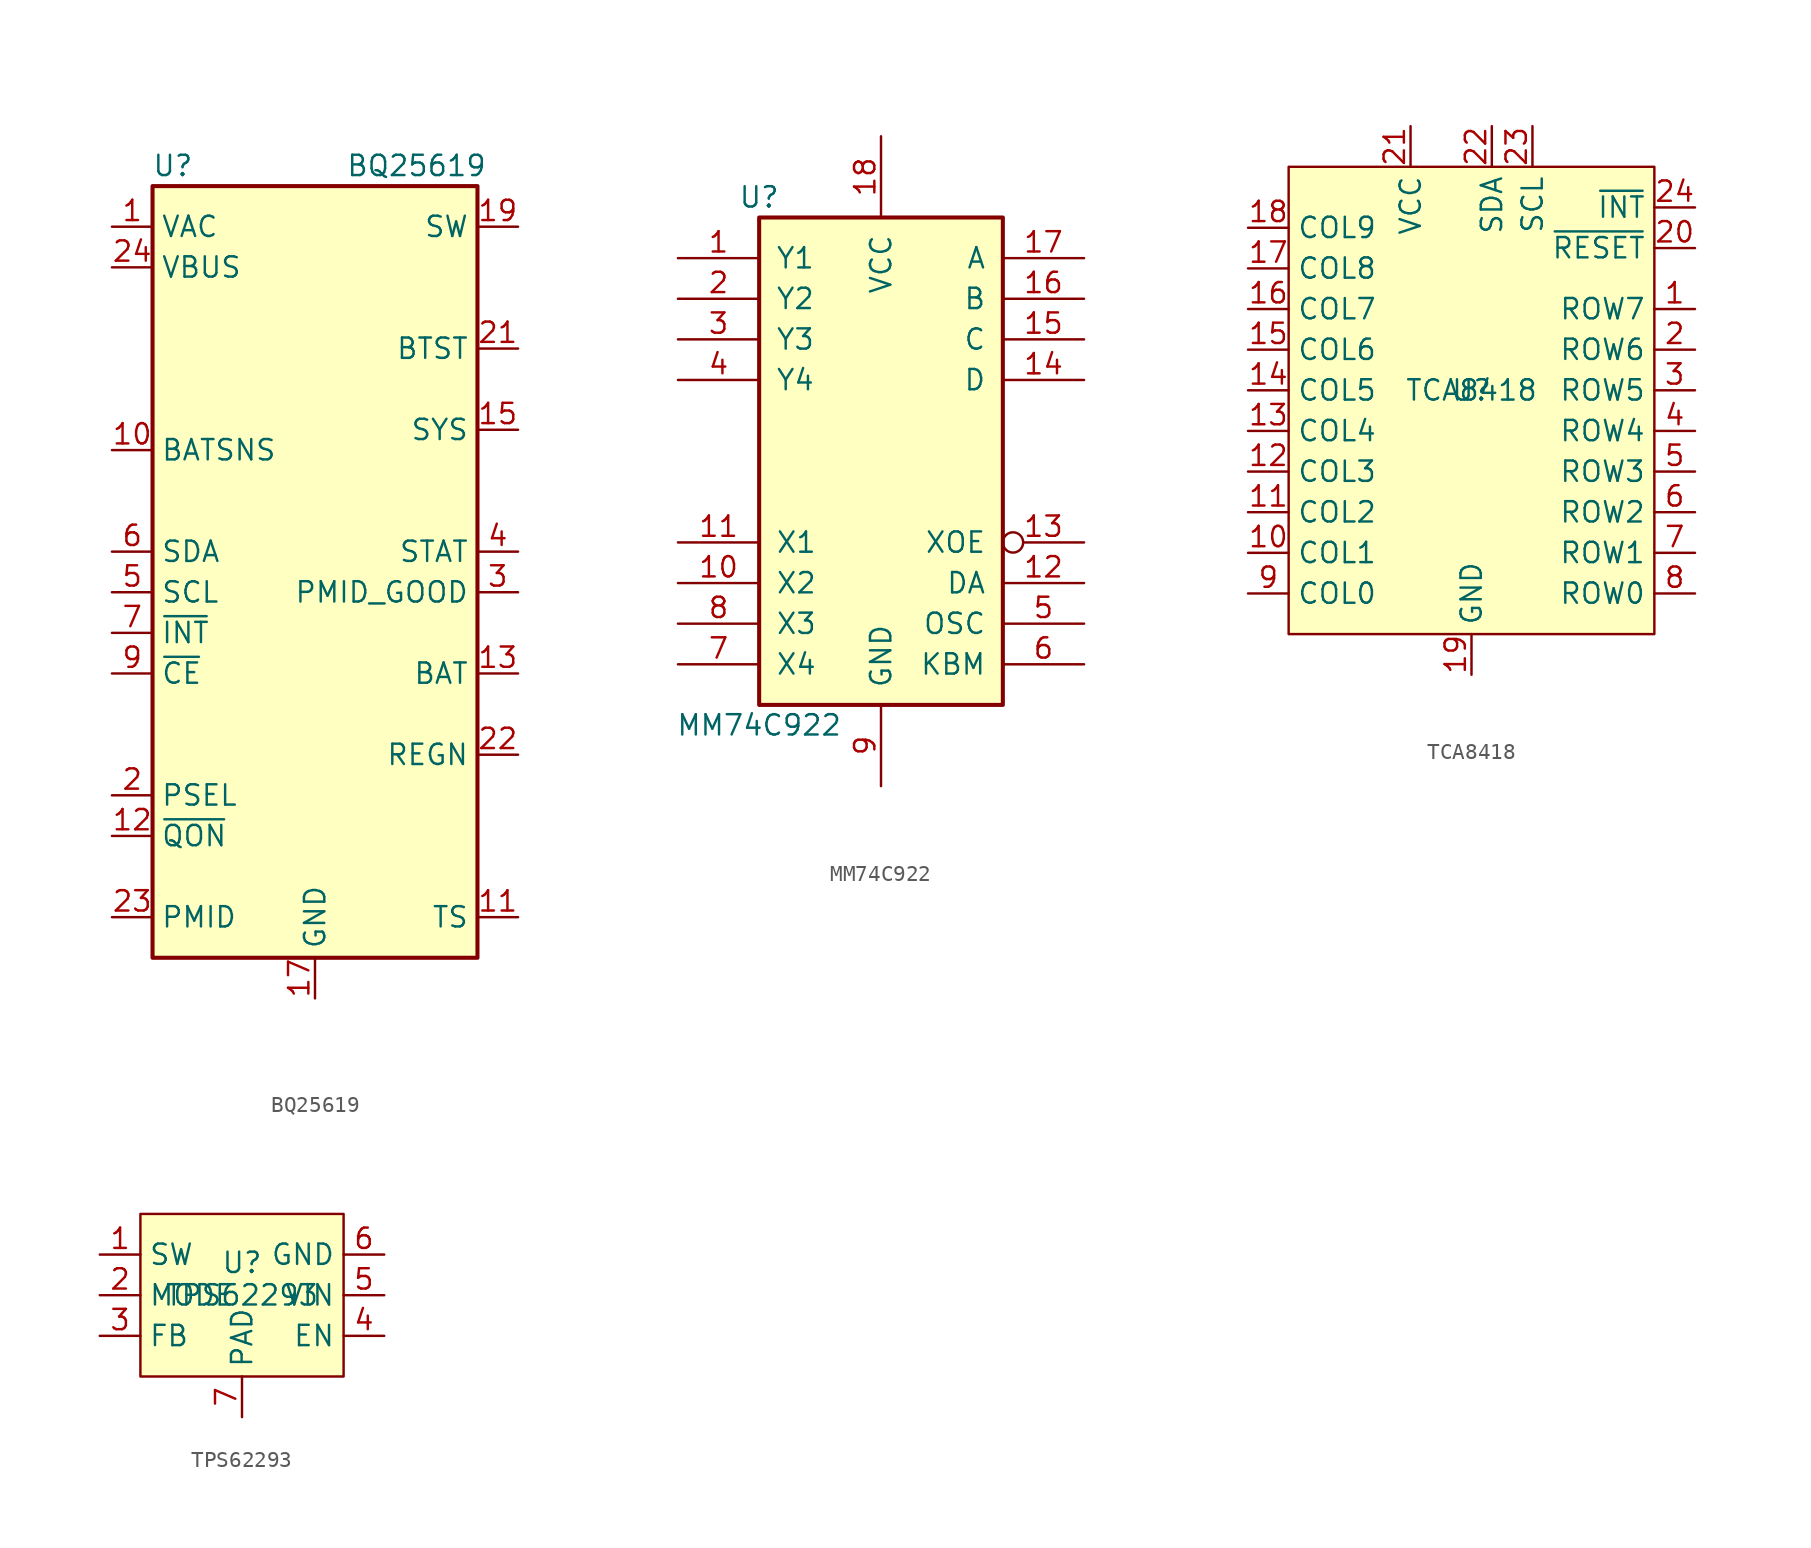
<source format=kicad_sym>
(kicad_symbol_lib
  (version 20241209)
  (generator "kicad_symbol_editor")
  (generator_version "9.0")
  (symbol "BQ25619"
    (property "Reference" "U"
      (at -8.89 26.67 0)
      (effects (font (size 1.27 1.27))))
    (property "Value" "BQ25619"
      (at 6.35 26.67 0)
      (effects (font (size 1.27 1.27))))
    (symbol "BQ25619_0_1"
      (rectangle (start -10.16 25.4) (end 10.16 -22.86) (stroke (width 0.254) (type default)) (fill (type background))))
    (symbol "BQ25619_1_0"
      (pin input line (at -12.7 8.89 0) (length 2.54) (name "BATSNS" (effects (font (size 1.27 1.27)))) (number "10" (effects (font (size 1.27 1.27))))))
    (symbol "BQ25619_1_1"
      (pin input line (at -12.7 22.86 0) (length 2.54) (name "VAC" (effects (font (size 1.27 1.27)))) (number "1" (effects (font (size 1.27 1.27)))))
      (pin power_in line (at -12.7 20.32 0) (length 2.54) (name "VBUS" (effects (font (size 1.27 1.27)))) (number "24" (effects (font (size 1.27 1.27)))))
      (pin bidirectional line (at -12.7 2.54 0) (length 2.54) (name "SDA" (effects (font (size 1.27 1.27)))) (number "6" (effects (font (size 1.27 1.27)))))
      (pin input line (at -12.7 0 0) (length 2.54) (name "SCL" (effects (font (size 1.27 1.27)))) (number "5" (effects (font (size 1.27 1.27)))))
      (pin open_collector line (at -12.7 -2.54 0) (length 2.54) (name "~{INT}" (effects (font (size 1.27 1.27)))) (number "7" (effects (font (size 1.27 1.27)))))
      (pin input line (at -12.7 -5.08 0) (length 2.54) (name "~{CE}" (effects (font (size 1.27 1.27)))) (number "9" (effects (font (size 1.27 1.27)))))
      (pin input line (at -12.7 -12.7 0) (length 2.54) (name "PSEL" (effects (font (size 1.27 1.27)))) (number "2" (effects (font (size 1.27 1.27)))))
      (pin input line (at -12.7 -15.24 0) (length 2.54) (name "~{QON}" (effects (font (size 1.27 1.27)))) (number "12" (effects (font (size 1.27 1.27)))))
      (pin passive line (at -12.7 -20.32 0) (length 2.54) (name "PMID" (effects (font (size 1.27 1.27)))) (number "23" (effects (font (size 1.27 1.27)))))
      (pin no_connect line (at -10.16 15.24 0) (length 2.54) (hide yes) (name "NC" (effects (font (size 1.27 1.27)))) (number "8" (effects (font (size 1.27 1.27)))))
      (pin power_in line (at 0 -25.4 90) (length 2.54) (name "GND" (effects (font (size 1.27 1.27)))) (number "17" (effects (font (size 1.27 1.27)))))
      (pin passive line (at 0 -25.4 90) (length 2.54) (hide yes) (name "GND" (effects (font (size 1.27 1.27)))) (number "18" (effects (font (size 1.27 1.27)))))
      (pin passive line (at 0 -25.4 90) (length 2.54) (hide yes) (name "GND" (effects (font (size 1.27 1.27)))) (number "25" (effects (font (size 1.27 1.27)))))
      (pin passive line (at 12.7 22.86 180) (length 2.54) (name "SW" (effects (font (size 1.27 1.27)))) (number "19" (effects (font (size 1.27 1.27)))))
      (pin passive line (at 12.7 22.86 180) (length 2.54) (hide yes) (name "SW" (effects (font (size 1.27 1.27)))) (number "20" (effects (font (size 1.27 1.27)))))
      (pin input line (at 12.7 15.24 180) (length 2.54) (name "BTST" (effects (font (size 1.27 1.27)))) (number "21" (effects (font (size 1.27 1.27)))))
      (pin passive line (at 12.7 10.16 180) (length 2.54) (name "SYS" (effects (font (size 1.27 1.27)))) (number "15" (effects (font (size 1.27 1.27)))))
      (pin passive line (at 12.7 10.16 180) (length 2.54) (hide yes) (name "SYS" (effects (font (size 1.27 1.27)))) (number "16" (effects (font (size 1.27 1.27)))))
      (pin open_collector line (at 12.7 2.54 180) (length 2.54) (name "STAT" (effects (font (size 1.27 1.27)))) (number "4" (effects (font (size 1.27 1.27)))))
      (pin open_collector line (at 12.7 0 180) (length 2.54) (name "PMID_GOOD" (effects (font (size 1.27 1.27)))) (number "3" (effects (font (size 1.27 1.27)))))
      (pin power_in line (at 12.7 -5.08 180) (length 2.54) (name "BAT" (effects (font (size 1.27 1.27)))) (number "13" (effects (font (size 1.27 1.27)))))
      (pin passive line (at 12.7 -5.08 180) (length 2.54) (hide yes) (name "BAT" (effects (font (size 1.27 1.27)))) (number "14" (effects (font (size 1.27 1.27)))))
      (pin passive line (at 12.7 -10.16 180) (length 2.54) (name "REGN" (effects (font (size 1.27 1.27)))) (number "22" (effects (font (size 1.27 1.27)))))
      (pin passive line (at 12.7 -20.32 180) (length 2.54) (name "TS" (effects (font (size 1.27 1.27)))) (number "11" (effects (font (size 1.27 1.27)))))))
  (symbol "MM74C922"
    (pin_names
      (offset 1.016))
    (property "Reference" "U"
      (at -7.62 16.51 0)
      (effects (font (size 1.27 1.27))))
    (property "Value" "MM74C922"
      (at -7.62 -16.51 0)
      (effects (font (size 1.27 1.27))))
    (property "ki_locked" ""
      (at 0 0 0)
      (effects (font (size 1.27 1.27))))
    (symbol "MM74C922_1_0"
      (pin input line (at -12.7 12.7 0) (length 5.08) (name "Y1" (effects (font (size 1.27 1.27)))) (number "1" (effects (font (size 1.27 1.27)))))
      (pin input line (at -12.7 10.16 0) (length 5.08) (name "Y2" (effects (font (size 1.27 1.27)))) (number "2" (effects (font (size 1.27 1.27)))))
      (pin input line (at -12.7 7.62 0) (length 5.08) (name "Y3" (effects (font (size 1.27 1.27)))) (number "3" (effects (font (size 1.27 1.27)))))
      (pin input line (at -12.7 5.08 0) (length 5.08) (name "Y4" (effects (font (size 1.27 1.27)))) (number "4" (effects (font (size 1.27 1.27)))))
      (pin output line (at -12.7 -5.08 0) (length 5.08) (name "X1" (effects (font (size 1.27 1.27)))) (number "11" (effects (font (size 1.27 1.27)))))
      (pin output line (at -12.7 -7.62 0) (length 5.08) (name "X2" (effects (font (size 1.27 1.27)))) (number "10" (effects (font (size 1.27 1.27)))))
      (pin output line (at -12.7 -10.16 0) (length 5.08) (name "X3" (effects (font (size 1.27 1.27)))) (number "8" (effects (font (size 1.27 1.27)))))
      (pin output line (at -12.7 -12.7 0) (length 5.08) (name "X4" (effects (font (size 1.27 1.27)))) (number "7" (effects (font (size 1.27 1.27)))))
      (pin power_in line (at 0 20.32 270) (length 5.08) (name "VCC" (effects (font (size 1.27 1.27)))) (number "18" (effects (font (size 1.27 1.27)))))
      (pin power_in line (at 0 -20.32 90) (length 5.08) (name "GND" (effects (font (size 1.27 1.27)))) (number "9" (effects (font (size 1.27 1.27)))))
      (pin tri_state line (at 12.7 12.7 180) (length 5.08) (name "A" (effects (font (size 1.27 1.27)))) (number "17" (effects (font (size 1.27 1.27)))))
      (pin tri_state line (at 12.7 10.16 180) (length 5.08) (name "B" (effects (font (size 1.27 1.27)))) (number "16" (effects (font (size 1.27 1.27)))))
      (pin tri_state line (at 12.7 7.62 180) (length 5.08) (name "C" (effects (font (size 1.27 1.27)))) (number "15" (effects (font (size 1.27 1.27)))))
      (pin tri_state line (at 12.7 5.08 180) (length 5.08) (name "D" (effects (font (size 1.27 1.27)))) (number "14" (effects (font (size 1.27 1.27)))))
      (pin input inverted (at 12.7 -5.08 180) (length 5.08) (name "XOE" (effects (font (size 1.27 1.27)))) (number "13" (effects (font (size 1.27 1.27)))))
      (pin output line (at 12.7 -7.62 180) (length 5.08) (name "DA" (effects (font (size 1.27 1.27)))) (number "12" (effects (font (size 1.27 1.27)))))
      (pin input line (at 12.7 -10.16 180) (length 5.08) (name "OSC" (effects (font (size 1.27 1.27)))) (number "5" (effects (font (size 1.27 1.27)))))
      (pin input line (at 12.7 -12.7 180) (length 5.08) (name "KBM" (effects (font (size 1.27 1.27)))) (number "6" (effects (font (size 1.27 1.27))))))
    (symbol "MM74C922_1_1"
      (rectangle (start -7.62 15.24) (end 7.62 -15.24) (stroke (width 0.254) (type default)) (fill (type background)))))
  (symbol "TCA8418"
    (property "Reference" "U"
      (at 0 0 0)
      (effects (font (size 1.27 1.27))))
    (property "Value" "TCA8418"
      (at 0 0 0)
      (effects (font (size 1.27 1.27))))
    (symbol "TCA8418_0_0"
      (pin bidirectional line (at -13.97 10.16 0) (length 2.54) (name "COL9" (effects (font (size 1.27 1.27)))) (number "18" (effects (font (size 1.27 1.27)))))
      (pin bidirectional line (at -13.97 7.62 0) (length 2.54) (name "COL8" (effects (font (size 1.27 1.27)))) (number "17" (effects (font (size 1.27 1.27)))))
      (pin bidirectional line (at -13.97 5.08 0) (length 2.54) (name "COL7" (effects (font (size 1.27 1.27)))) (number "16" (effects (font (size 1.27 1.27)))))
      (pin bidirectional line (at -13.97 2.54 0) (length 2.54) (name "COL6" (effects (font (size 1.27 1.27)))) (number "15" (effects (font (size 1.27 1.27)))))
      (pin bidirectional line (at -13.97 0 0) (length 2.54) (name "COL5" (effects (font (size 1.27 1.27)))) (number "14" (effects (font (size 1.27 1.27)))))
      (pin bidirectional line (at -13.97 -2.54 0) (length 2.54) (name "COL4" (effects (font (size 1.27 1.27)))) (number "13" (effects (font (size 1.27 1.27)))))
      (pin bidirectional line (at -13.97 -5.08 0) (length 2.54) (name "COL3" (effects (font (size 1.27 1.27)))) (number "12" (effects (font (size 1.27 1.27)))))
      (pin bidirectional line (at -13.97 -7.62 0) (length 2.54) (name "COL2" (effects (font (size 1.27 1.27)))) (number "11" (effects (font (size 1.27 1.27)))))
      (pin bidirectional line (at -13.97 -10.16 0) (length 2.54) (name "COL1" (effects (font (size 1.27 1.27)))) (number "10" (effects (font (size 1.27 1.27)))))
      (pin bidirectional line (at -13.97 -12.7 0) (length 2.54) (name "COL0" (effects (font (size 1.27 1.27)))) (number "9" (effects (font (size 1.27 1.27)))))
      (pin power_in line (at -3.81 16.51 270) (length 2.54) (name "VCC" (effects (font (size 1.27 1.27)))) (number "21" (effects (font (size 1.27 1.27)))))
      (pin power_in line (at 0 -17.78 90) (length 2.54) (name "GND" (effects (font (size 1.27 1.27)))) (number "19" (effects (font (size 1.27 1.27)))))
      (pin bidirectional line (at 1.27 16.51 270) (length 2.54) (name "SDA" (effects (font (size 1.27 1.27)))) (number "22" (effects (font (size 1.27 1.27)))))
      (pin input line (at 3.81 16.51 270) (length 2.54) (name "SCL" (effects (font (size 1.27 1.27)))) (number "23" (effects (font (size 1.27 1.27)))))
      (pin output line (at 13.97 11.43 180) (length 2.54) (name "~{INT}" (effects (font (size 1.27 1.27)))) (number "24" (effects (font (size 1.27 1.27)))))
      (pin bidirectional line (at 13.97 5.08 180) (length 2.54) (name "ROW7" (effects (font (size 1.27 1.27)))) (number "1" (effects (font (size 1.27 1.27)))))
      (pin bidirectional line (at 13.97 2.54 180) (length 2.54) (name "ROW6" (effects (font (size 1.27 1.27)))) (number "2" (effects (font (size 1.27 1.27)))))
      (pin bidirectional line (at 13.97 0 180) (length 2.54) (name "ROW5" (effects (font (size 1.27 1.27)))) (number "3" (effects (font (size 1.27 1.27)))))
      (pin bidirectional line (at 13.97 -2.54 180) (length 2.54) (name "ROW4" (effects (font (size 1.27 1.27)))) (number "4" (effects (font (size 1.27 1.27)))))
      (pin bidirectional line (at 13.97 -5.08 180) (length 2.54) (name "ROW3" (effects (font (size 1.27 1.27)))) (number "5" (effects (font (size 1.27 1.27)))))
      (pin bidirectional line (at 13.97 -7.62 180) (length 2.54) (name "ROW2" (effects (font (size 1.27 1.27)))) (number "6" (effects (font (size 1.27 1.27)))))
      (pin bidirectional line (at 13.97 -10.16 180) (length 2.54) (name "ROW1" (effects (font (size 1.27 1.27)))) (number "7" (effects (font (size 1.27 1.27)))))
      (pin bidirectional line (at 13.97 -12.7 180) (length 2.54) (name "ROW0" (effects (font (size 1.27 1.27)))) (number "8" (effects (font (size 1.27 1.27))))))
    (symbol "TCA8418_1_0"
      (pin input line (at 13.97 8.89 180) (length 2.54) (name "~{RESET}" (effects (font (size 1.27 1.27)))) (number "20" (effects (font (size 1.27 1.27))))))
    (symbol "TCA8418_1_1"
      (rectangle (start -11.43 13.97) (end 11.43 -15.24) (stroke (width 0) (type solid)) (fill (type background)))
      (pin passive line (at 0 -17.78 90) (length 2.54) (hide yes) (name "PAD" (effects (font (size 1.27 1.27)))) (number "25" (effects (font (size 1.27 1.27)))))))
  (symbol "TPS62293"
    (property "Reference" "U"
      (at 0 2.032 0)
      (effects (font (size 1.27 1.27))))
    (property "Value" "TPS62293"
      (at 0 0 0)
      (effects (font (size 1.27 1.27))))
    (symbol "TPS62293_1_1"
      (rectangle (start -6.35 5.08) (end 6.35 -5.08) (stroke (width 0) (type solid)) (fill (type background)))
      (pin power_out line (at -8.89 2.54 0) (length 2.54) (name "SW" (effects (font (size 1.27 1.27)))) (number "1" (effects (font (size 1.27 1.27)))))
      (pin input line (at -8.89 0 0) (length 2.54) (name "MODE" (effects (font (size 1.27 1.27)))) (number "2" (effects (font (size 1.27 1.27)))))
      (pin input line (at -8.89 -2.54 0) (length 2.54) (name "FB" (effects (font (size 1.27 1.27)))) (number "3" (effects (font (size 1.27 1.27)))))
      (pin passive line (at 0 -7.62 90) (length 2.54) (name "PAD" (effects (font (size 1.27 1.27)))) (number "7" (effects (font (size 1.27 1.27)))))
      (pin power_in line (at 8.89 2.54 180) (length 2.54) (name "GND" (effects (font (size 1.27 1.27)))) (number "6" (effects (font (size 1.27 1.27)))))
      (pin power_in line (at 8.89 0 180) (length 2.54) (name "VIN" (effects (font (size 1.27 1.27)))) (number "5" (effects (font (size 1.27 1.27)))))
      (pin input line (at 8.89 -2.54 180) (length 2.54) (name "EN" (effects (font (size 1.27 1.27)))) (number "4" (effects (font (size 1.27 1.27))))))))
</source>
